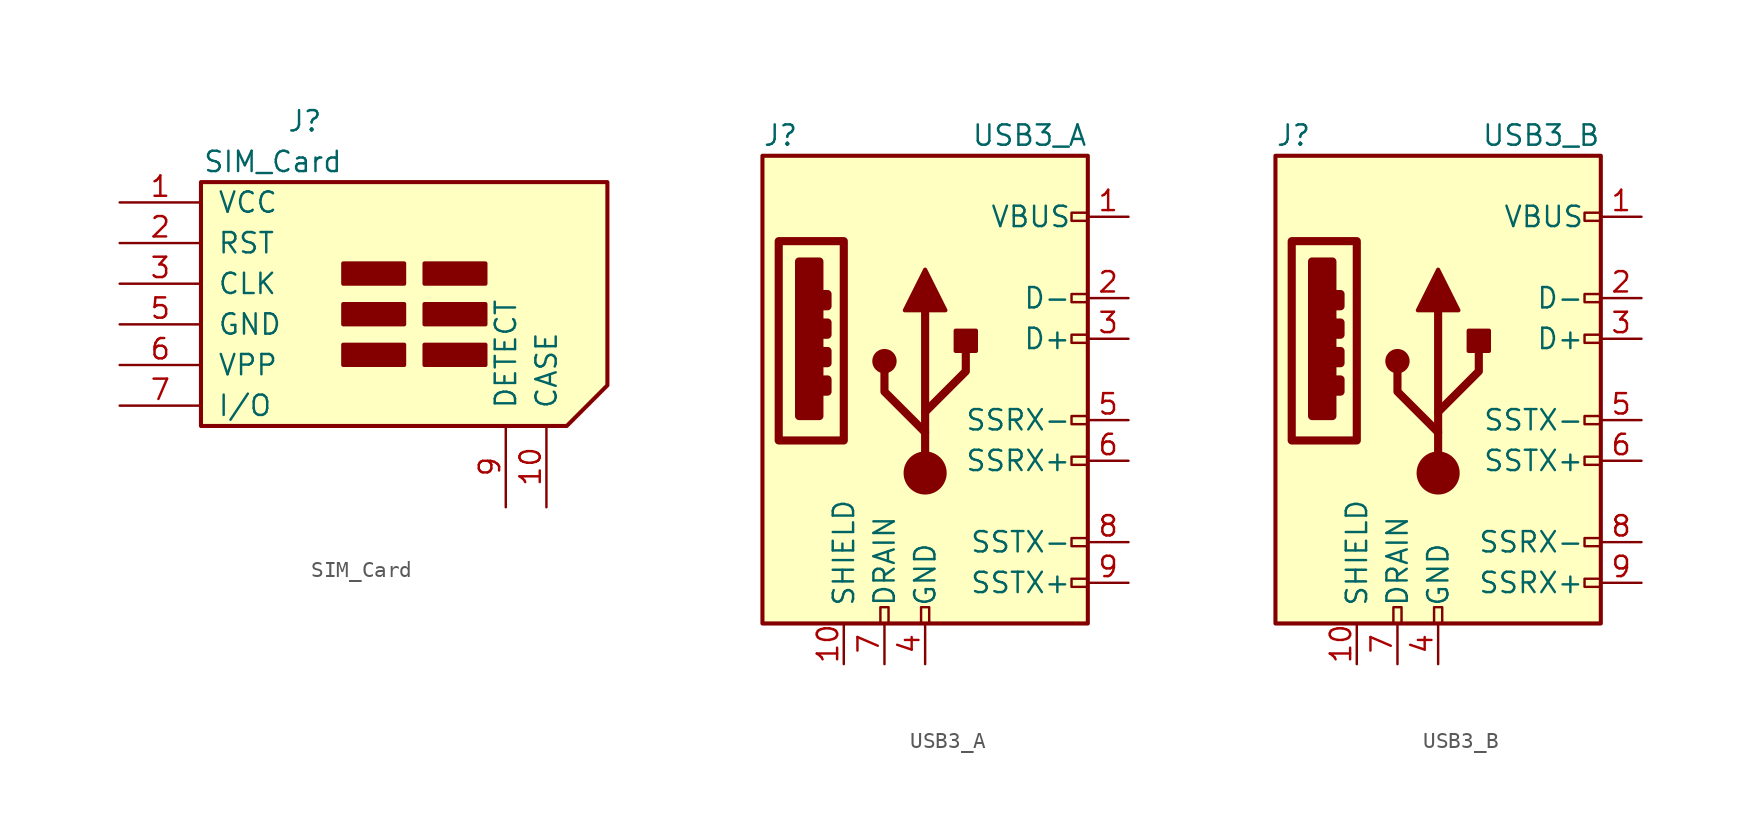
<source format=kicad_sym>
(kicad_symbol_lib
  (version 20211014)
  (generator kicad_symbol_editor)
  (symbol "SIM_Card"
    (pin_names
      (offset 1.016))
    (property "Reference" "J"
      (at -2.54 12.7 0)
      (effects (font (size 1.27 1.27)) (justify right)))
    (property "Value" "SIM_Card"
      (at -1.27 10.16 0)
      (effects (font (size 1.27 1.27)) (justify right)))
    (symbol "SIM_Card_0_1"
      (rectangle (start -1.27 -2.54) (end 2.54 -1.27) (stroke (width 0.254) (type default) (color 0 0 0 0)) (fill (type outline)))
      (rectangle (start -1.27 0) (end 2.54 1.27) (stroke (width 0.254) (type default) (color 0 0 0 0)) (fill (type outline)))
      (rectangle (start -1.27 2.54) (end 2.54 3.81) (stroke (width 0.254) (type default) (color 0 0 0 0)) (fill (type outline)))
      (polyline (pts (xy -10.16 8.89) (xy 15.24 8.89) (xy 15.24 -3.81) (xy 12.7 -6.35) (xy -10.16 -6.35) (xy -10.16 8.89)) (stroke (width 0.254) (type default) (color 0 0 0 0)) (fill (type background)))
      (rectangle (start 3.81 -1.27) (end 7.62 -2.54) (stroke (width 0.254) (type default) (color 0 0 0 0)) (fill (type outline)))
      (rectangle (start 3.81 0) (end 7.62 1.27) (stroke (width 0.254) (type default) (color 0 0 0 0)) (fill (type outline)))
      (rectangle (start 3.81 2.54) (end 7.62 3.81) (stroke (width 0.254) (type default) (color 0 0 0 0)) (fill (type outline))))
    (symbol "SIM_Card_1_1"
      (pin power_in line (at -15.24 7.62 0) (length 5.08) (name "VCC" (effects (font (size 1.27 1.27)))) (number "1" (effects (font (size 1.27 1.27)))))
      (pin input line (at 11.43 -11.43 90) (length 5.08) (name "CASE" (effects (font (size 1.27 1.27)))) (number "10" (effects (font (size 1.27 1.27)))))
      (pin input line (at -15.24 5.08 0) (length 5.08) (name "RST" (effects (font (size 1.27 1.27)))) (number "2" (effects (font (size 1.27 1.27)))))
      (pin input line (at -15.24 2.54 0) (length 5.08) (name "CLK" (effects (font (size 1.27 1.27)))) (number "3" (effects (font (size 1.27 1.27)))))
      (pin power_in line (at -15.24 0 0) (length 5.08) (name "GND" (effects (font (size 1.27 1.27)))) (number "5" (effects (font (size 1.27 1.27)))))
      (pin input line (at -15.24 -2.54 0) (length 5.08) (name "VPP" (effects (font (size 1.27 1.27)))) (number "6" (effects (font (size 1.27 1.27)))))
      (pin bidirectional line (at -15.24 -5.08 0) (length 5.08) (name "I/O" (effects (font (size 1.27 1.27)))) (number "7" (effects (font (size 1.27 1.27)))))
      (pin input line (at 8.89 -11.43 90) (length 5.08) (name "DETECT" (effects (font (size 1.27 1.27)))) (number "9" (effects (font (size 1.27 1.27)))))))
  (symbol "USB3_A"
    (pin_names
      (offset 1.016))
    (property "Reference" "J"
      (at -10.16 15.24 0)
      (effects (font (size 1.27 1.27)) (justify left)))
    (property "Value" "USB3_A"
      (at 10.16 15.24 0)
      (effects (font (size 1.27 1.27)) (justify right)))
    (symbol "USB3_A_0_0"
      (rectangle (start -9.144 8.636) (end -5.08 -3.81) (stroke (width 0.508) (type default) (color 0 0 0 0)) (fill (type none)))
      (rectangle (start -7.874 7.366) (end -6.604 -2.286) (stroke (width 0.508) (type default) (color 0 0 0 0)) (fill (type outline)))
      (rectangle (start -6.35 0) (end -6.096 -0.762) (stroke (width 0.508) (type default) (color 0 0 0 0)) (fill (type none)))
      (rectangle (start -6.35 1.778) (end -6.096 1.016) (stroke (width 0.508) (type default) (color 0 0 0 0)) (fill (type none)))
      (rectangle (start -6.35 3.556) (end -6.096 2.794) (stroke (width 0.508) (type default) (color 0 0 0 0)) (fill (type none)))
      (rectangle (start -6.35 5.334) (end -6.096 4.572) (stroke (width 0.508) (type default) (color 0 0 0 0)) (fill (type none)))
      (rectangle (start -2.794 -15.24) (end -2.286 -14.224) (stroke (width 0) (type default) (color 0 0 0 0)) (fill (type none)))
      (rectangle (start -0.254 -15.24) (end 0.254 -14.224) (stroke (width 0) (type default) (color 0 0 0 0)) (fill (type none)))
      (rectangle (start 10.16 -12.446) (end 9.144 -12.954) (stroke (width 0) (type default) (color 0 0 0 0)) (fill (type none)))
      (rectangle (start 10.16 -9.906) (end 9.144 -10.414) (stroke (width 0) (type default) (color 0 0 0 0)) (fill (type none)))
      (rectangle (start 10.16 -4.826) (end 9.144 -5.334) (stroke (width 0) (type default) (color 0 0 0 0)) (fill (type none)))
      (rectangle (start 10.16 -2.286) (end 9.144 -2.794) (stroke (width 0) (type default) (color 0 0 0 0)) (fill (type none)))
      (rectangle (start 10.16 2.794) (end 9.144 2.286) (stroke (width 0) (type default) (color 0 0 0 0)) (fill (type none)))
      (rectangle (start 10.16 5.334) (end 9.144 4.826) (stroke (width 0) (type default) (color 0 0 0 0)) (fill (type none)))
      (rectangle (start 10.16 10.414) (end 9.144 9.906) (stroke (width 0) (type default) (color 0 0 0 0)) (fill (type none))))
    (symbol "USB3_A_0_1"
      (rectangle (start -10.16 13.97) (end 10.16 -15.24) (stroke (width 0.254) (type default) (color 0 0 0 0)) (fill (type background))))
    (symbol "USB3_A_1_1"
      (circle (center -2.54 1.143) (radius 0.635) (stroke (width 0.254) (type default) (color 0 0 0 0)) (fill (type outline)))
      (circle (center 0 -5.842) (radius 1.27) (stroke (width 0) (type default) (color 0 0 0 0)) (fill (type outline)))
      (polyline (pts (xy 0 -5.842) (xy 0 4.318)) (stroke (width 0.508) (type default) (color 0 0 0 0)) (fill (type none)))
      (polyline (pts (xy 0 -3.302) (xy -2.54 -0.762) (xy -2.54 0.508)) (stroke (width 0.508) (type default) (color 0 0 0 0)) (fill (type none)))
      (polyline (pts (xy 0 -2.032) (xy 2.54 0.508) (xy 2.54 1.778)) (stroke (width 0.508) (type default) (color 0 0 0 0)) (fill (type none)))
      (polyline (pts (xy -1.27 4.318) (xy 0 6.858) (xy 1.27 4.318) (xy -1.27 4.318)) (stroke (width 0.254) (type default) (color 0 0 0 0)) (fill (type outline)))
      (rectangle (start 1.905 1.778) (end 3.175 3.048) (stroke (width 0.254) (type default) (color 0 0 0 0)) (fill (type outline)))
      (pin power_in line (at 12.7 10.16 180) (length 2.54) (name "VBUS" (effects (font (size 1.27 1.27)))) (number "1" (effects (font (size 1.27 1.27)))))
      (pin passive line (at -5.08 -17.78 90) (length 2.54) (name "SHIELD" (effects (font (size 1.27 1.27)))) (number "10" (effects (font (size 1.27 1.27)))))
      (pin bidirectional line (at 12.7 5.08 180) (length 2.54) (name "D-" (effects (font (size 1.27 1.27)))) (number "2" (effects (font (size 1.27 1.27)))))
      (pin bidirectional line (at 12.7 2.54 180) (length 2.54) (name "D+" (effects (font (size 1.27 1.27)))) (number "3" (effects (font (size 1.27 1.27)))))
      (pin power_in line (at 0 -17.78 90) (length 2.54) (name "GND" (effects (font (size 1.27 1.27)))) (number "4" (effects (font (size 1.27 1.27)))))
      (pin bidirectional line (at 12.7 -2.54 180) (length 2.54) (name "SSRX-" (effects (font (size 1.27 1.27)))) (number "5" (effects (font (size 1.27 1.27)))))
      (pin bidirectional line (at 12.7 -5.08 180) (length 2.54) (name "SSRX+" (effects (font (size 1.27 1.27)))) (number "6" (effects (font (size 1.27 1.27)))))
      (pin power_in line (at -2.54 -17.78 90) (length 2.54) (name "DRAIN" (effects (font (size 1.27 1.27)))) (number "7" (effects (font (size 1.27 1.27)))))
      (pin bidirectional line (at 12.7 -10.16 180) (length 2.54) (name "SSTX-" (effects (font (size 1.27 1.27)))) (number "8" (effects (font (size 1.27 1.27)))))
      (pin bidirectional line (at 12.7 -12.7 180) (length 2.54) (name "SSTX+" (effects (font (size 1.27 1.27)))) (number "9" (effects (font (size 1.27 1.27)))))))
  (symbol "USB3_B"
    (pin_names
      (offset 1.016))
    (property "Reference" "J"
      (at -10.16 15.24 0)
      (effects (font (size 1.27 1.27)) (justify left)))
    (property "Value" "USB3_B"
      (at 10.16 15.24 0)
      (effects (font (size 1.27 1.27)) (justify right)))
    (symbol "USB3_B_0_0"
      (rectangle (start -9.144 8.636) (end -5.08 -3.81) (stroke (width 0.508) (type default) (color 0 0 0 0)) (fill (type none)))
      (rectangle (start -7.874 7.366) (end -6.604 -2.286) (stroke (width 0.508) (type default) (color 0 0 0 0)) (fill (type outline)))
      (rectangle (start -6.35 0) (end -6.096 -0.762) (stroke (width 0.508) (type default) (color 0 0 0 0)) (fill (type none)))
      (rectangle (start -6.35 1.778) (end -6.096 1.016) (stroke (width 0.508) (type default) (color 0 0 0 0)) (fill (type none)))
      (rectangle (start -6.35 3.556) (end -6.096 2.794) (stroke (width 0.508) (type default) (color 0 0 0 0)) (fill (type none)))
      (rectangle (start -6.35 5.334) (end -6.096 4.572) (stroke (width 0.508) (type default) (color 0 0 0 0)) (fill (type none)))
      (rectangle (start -2.794 -15.24) (end -2.286 -14.224) (stroke (width 0) (type default) (color 0 0 0 0)) (fill (type none)))
      (rectangle (start -0.254 -15.24) (end 0.254 -14.224) (stroke (width 0) (type default) (color 0 0 0 0)) (fill (type none)))
      (rectangle (start 10.16 -12.446) (end 9.144 -12.954) (stroke (width 0) (type default) (color 0 0 0 0)) (fill (type none)))
      (rectangle (start 10.16 -9.906) (end 9.144 -10.414) (stroke (width 0) (type default) (color 0 0 0 0)) (fill (type none)))
      (rectangle (start 10.16 -4.826) (end 9.144 -5.334) (stroke (width 0) (type default) (color 0 0 0 0)) (fill (type none)))
      (rectangle (start 10.16 -2.286) (end 9.144 -2.794) (stroke (width 0) (type default) (color 0 0 0 0)) (fill (type none)))
      (rectangle (start 10.16 2.794) (end 9.144 2.286) (stroke (width 0) (type default) (color 0 0 0 0)) (fill (type none)))
      (rectangle (start 10.16 5.334) (end 9.144 4.826) (stroke (width 0) (type default) (color 0 0 0 0)) (fill (type none)))
      (rectangle (start 10.16 10.414) (end 9.144 9.906) (stroke (width 0) (type default) (color 0 0 0 0)) (fill (type none))))
    (symbol "USB3_B_0_1"
      (rectangle (start -10.16 13.97) (end 10.16 -15.24) (stroke (width 0.254) (type default) (color 0 0 0 0)) (fill (type background))))
    (symbol "USB3_B_1_1"
      (circle (center -2.54 1.143) (radius 0.635) (stroke (width 0.254) (type default) (color 0 0 0 0)) (fill (type outline)))
      (circle (center 0 -5.842) (radius 1.27) (stroke (width 0) (type default) (color 0 0 0 0)) (fill (type outline)))
      (polyline (pts (xy 0 -5.842) (xy 0 4.318)) (stroke (width 0.508) (type default) (color 0 0 0 0)) (fill (type none)))
      (polyline (pts (xy 0 -3.302) (xy -2.54 -0.762) (xy -2.54 0.508)) (stroke (width 0.508) (type default) (color 0 0 0 0)) (fill (type none)))
      (polyline (pts (xy 0 -2.032) (xy 2.54 0.508) (xy 2.54 1.778)) (stroke (width 0.508) (type default) (color 0 0 0 0)) (fill (type none)))
      (polyline (pts (xy -1.27 4.318) (xy 0 6.858) (xy 1.27 4.318) (xy -1.27 4.318)) (stroke (width 0.254) (type default) (color 0 0 0 0)) (fill (type outline)))
      (rectangle (start 1.905 1.778) (end 3.175 3.048) (stroke (width 0.254) (type default) (color 0 0 0 0)) (fill (type outline)))
      (pin power_in line (at 12.7 10.16 180) (length 2.54) (name "VBUS" (effects (font (size 1.27 1.27)))) (number "1" (effects (font (size 1.27 1.27)))))
      (pin passive line (at -5.08 -17.78 90) (length 2.54) (name "SHIELD" (effects (font (size 1.27 1.27)))) (number "10" (effects (font (size 1.27 1.27)))))
      (pin bidirectional line (at 12.7 5.08 180) (length 2.54) (name "D-" (effects (font (size 1.27 1.27)))) (number "2" (effects (font (size 1.27 1.27)))))
      (pin bidirectional line (at 12.7 2.54 180) (length 2.54) (name "D+" (effects (font (size 1.27 1.27)))) (number "3" (effects (font (size 1.27 1.27)))))
      (pin power_in line (at 0 -17.78 90) (length 2.54) (name "GND" (effects (font (size 1.27 1.27)))) (number "4" (effects (font (size 1.27 1.27)))))
      (pin bidirectional line (at 12.7 -2.54 180) (length 2.54) (name "SSTX-" (effects (font (size 1.27 1.27)))) (number "5" (effects (font (size 1.27 1.27)))))
      (pin bidirectional line (at 12.7 -5.08 180) (length 2.54) (name "SSTX+" (effects (font (size 1.27 1.27)))) (number "6" (effects (font (size 1.27 1.27)))))
      (pin power_in line (at -2.54 -17.78 90) (length 2.54) (name "DRAIN" (effects (font (size 1.27 1.27)))) (number "7" (effects (font (size 1.27 1.27)))))
      (pin bidirectional line (at 12.7 -10.16 180) (length 2.54) (name "SSRX-" (effects (font (size 1.27 1.27)))) (number "8" (effects (font (size 1.27 1.27)))))
      (pin bidirectional line (at 12.7 -12.7 180) (length 2.54) (name "SSRX+" (effects (font (size 1.27 1.27)))) (number "9" (effects (font (size 1.27 1.27))))))))
</source>
